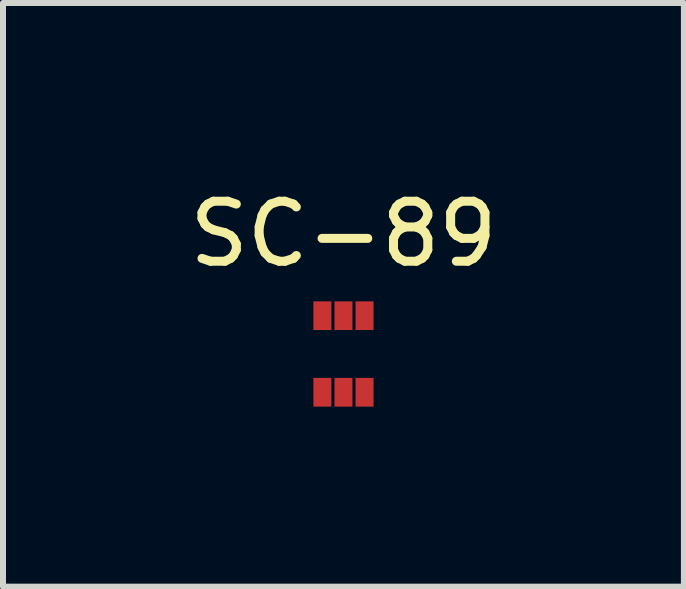
<source format=kicad_pcb>
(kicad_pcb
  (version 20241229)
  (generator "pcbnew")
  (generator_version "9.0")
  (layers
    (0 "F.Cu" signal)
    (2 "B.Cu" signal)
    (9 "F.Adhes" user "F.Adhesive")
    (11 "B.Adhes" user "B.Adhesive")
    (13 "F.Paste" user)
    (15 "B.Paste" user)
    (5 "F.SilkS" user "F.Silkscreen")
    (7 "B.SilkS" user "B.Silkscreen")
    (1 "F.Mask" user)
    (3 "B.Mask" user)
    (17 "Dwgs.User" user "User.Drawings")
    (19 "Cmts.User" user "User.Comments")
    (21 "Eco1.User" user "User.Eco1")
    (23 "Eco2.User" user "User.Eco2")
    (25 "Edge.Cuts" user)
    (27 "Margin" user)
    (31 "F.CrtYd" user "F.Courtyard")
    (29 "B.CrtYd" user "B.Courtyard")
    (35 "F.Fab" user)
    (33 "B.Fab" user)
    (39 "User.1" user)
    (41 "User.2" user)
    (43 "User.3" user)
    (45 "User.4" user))
  (footprint "SC-89"
    (layer "F.Cu")
    (at 2.673 2.848)
    (property "Reference" "SC-89" (at 0 -2 0) (layer "F.SilkS") (effects (font (size 1 1) (thickness 0.15))))
    (attr through_hole)
    (pad "1" smd rect (at -0.351 0.638) (size 0.3 0.478) (layers "F.Cu" "F.Mask" "F.Paste"))
    (pad "2" smd rect (at 0 0.638) (size 0.3 0.478) (layers "F.Cu" "F.Mask" "F.Paste"))
    (pad "3" smd rect (at 0.351 0.638) (size 0.3 0.478) (layers "F.Cu" "F.Mask" "F.Paste"))
    (pad "4" smd rect (at 0.351 -0.638) (size 0.3 0.478) (layers "F.Cu" "F.Mask" "F.Paste"))
    (pad "5" smd rect (at 0 -0.638) (size 0.3 0.478) (layers "F.Cu" "F.Mask" "F.Paste"))
    (pad "6" smd rect (at -0.351 -0.638) (size 0.3 0.478) (layers "F.Cu" "F.Mask" "F.Paste")))
  (gr_rect
    (start -3 -3)
    (end 8.345 6.725)
    (stroke (width 0.1) (type default))
    (fill no)
    (layer "Edge.Cuts")))
</source>
